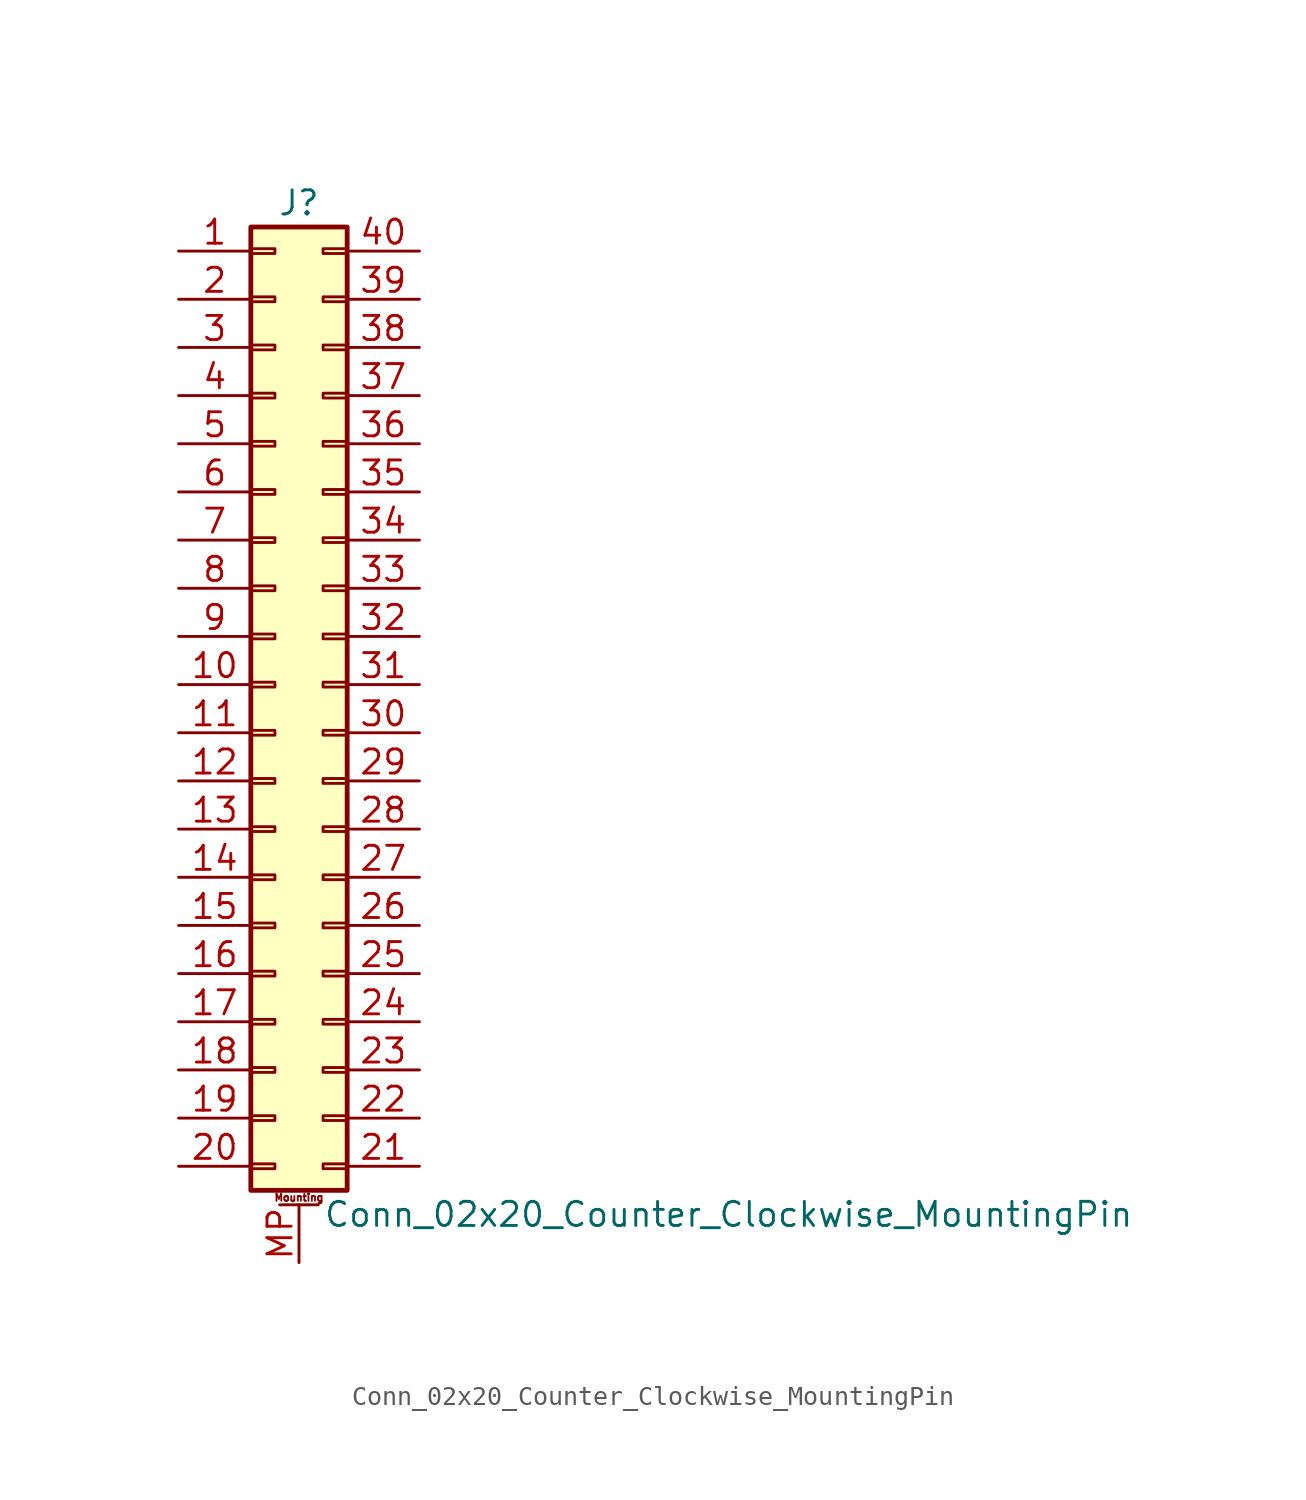
<source format=kicad_sym>
(kicad_symbol_lib
  (version 20201005)
  (generator kicad_symbol_editor)
  (symbol "Conn_02x20_Counter_Clockwise_MountingPin"
    (pin_names
      (offset 1.016) hide)
    (property "Reference" "J"
      (at 1.27 25.4 0)
      (effects (font (size 1.27 1.27))))
    (property "Value" "Conn_02x20_Counter_Clockwise_MountingPin"
      (at 2.54 -27.94 0)
      (effects (font (size 1.27 1.27)) (justify left)))
    (symbol "Conn_02x20_Counter_Clockwise_MountingPin_1_1"
      (text "Mounting" (at 1.27 -27.051 0) (effects (font (size 0.381 0.381))))
      (rectangle (start -1.27 -25.273) (end 0 -25.527) (stroke (width 0.152)) (fill (type none)))
      (rectangle (start -1.27 -22.733) (end 0 -22.987) (stroke (width 0.152)) (fill (type none)))
      (rectangle (start -1.27 -20.193) (end 0 -20.447) (stroke (width 0.152)) (fill (type none)))
      (rectangle (start -1.27 -17.653) (end 0 -17.907) (stroke (width 0.152)) (fill (type none)))
      (rectangle (start -1.27 -15.113) (end 0 -15.367) (stroke (width 0.152)) (fill (type none)))
      (rectangle (start -1.27 -12.573) (end 0 -12.827) (stroke (width 0.152)) (fill (type none)))
      (rectangle (start -1.27 -10.033) (end 0 -10.287) (stroke (width 0.152)) (fill (type none)))
      (rectangle (start -1.27 -7.493) (end 0 -7.747) (stroke (width 0.152)) (fill (type none)))
      (rectangle (start -1.27 -4.953) (end 0 -5.207) (stroke (width 0.152)) (fill (type none)))
      (rectangle (start -1.27 -2.413) (end 0 -2.667) (stroke (width 0.152)) (fill (type none)))
      (rectangle (start -1.27 0.127) (end 0 -0.127) (stroke (width 0.152)) (fill (type none)))
      (rectangle (start -1.27 2.667) (end 0 2.413) (stroke (width 0.152)) (fill (type none)))
      (rectangle (start -1.27 5.207) (end 0 4.953) (stroke (width 0.152)) (fill (type none)))
      (rectangle (start -1.27 7.747) (end 0 7.493) (stroke (width 0.152)) (fill (type none)))
      (rectangle (start -1.27 10.287) (end 0 10.033) (stroke (width 0.152)) (fill (type none)))
      (rectangle (start -1.27 12.827) (end 0 12.573) (stroke (width 0.152)) (fill (type none)))
      (rectangle (start -1.27 15.367) (end 0 15.113) (stroke (width 0.152)) (fill (type none)))
      (rectangle (start -1.27 17.907) (end 0 17.653) (stroke (width 0.152)) (fill (type none)))
      (rectangle (start -1.27 20.447) (end 0 20.193) (stroke (width 0.152)) (fill (type none)))
      (rectangle (start -1.27 22.987) (end 0 22.733) (stroke (width 0.152)) (fill (type none)))
      (rectangle (start -1.27 24.13) (end 3.81 -26.67) (stroke (width 0.254)) (fill (type background)))
      (rectangle (start 3.81 -25.273) (end 2.54 -25.527) (stroke (width 0.152)) (fill (type none)))
      (rectangle (start 3.81 -22.733) (end 2.54 -22.987) (stroke (width 0.152)) (fill (type none)))
      (rectangle (start 3.81 -20.193) (end 2.54 -20.447) (stroke (width 0.152)) (fill (type none)))
      (rectangle (start 3.81 -17.653) (end 2.54 -17.907) (stroke (width 0.152)) (fill (type none)))
      (rectangle (start 3.81 -15.113) (end 2.54 -15.367) (stroke (width 0.152)) (fill (type none)))
      (rectangle (start 3.81 -12.573) (end 2.54 -12.827) (stroke (width 0.152)) (fill (type none)))
      (rectangle (start 3.81 -10.033) (end 2.54 -10.287) (stroke (width 0.152)) (fill (type none)))
      (rectangle (start 3.81 -7.493) (end 2.54 -7.747) (stroke (width 0.152)) (fill (type none)))
      (rectangle (start 3.81 -4.953) (end 2.54 -5.207) (stroke (width 0.152)) (fill (type none)))
      (rectangle (start 3.81 -2.413) (end 2.54 -2.667) (stroke (width 0.152)) (fill (type none)))
      (rectangle (start 3.81 0.127) (end 2.54 -0.127) (stroke (width 0.152)) (fill (type none)))
      (rectangle (start 3.81 2.667) (end 2.54 2.413) (stroke (width 0.152)) (fill (type none)))
      (rectangle (start 3.81 5.207) (end 2.54 4.953) (stroke (width 0.152)) (fill (type none)))
      (rectangle (start 3.81 7.747) (end 2.54 7.493) (stroke (width 0.152)) (fill (type none)))
      (rectangle (start 3.81 10.287) (end 2.54 10.033) (stroke (width 0.152)) (fill (type none)))
      (rectangle (start 3.81 12.827) (end 2.54 12.573) (stroke (width 0.152)) (fill (type none)))
      (rectangle (start 3.81 15.367) (end 2.54 15.113) (stroke (width 0.152)) (fill (type none)))
      (rectangle (start 3.81 17.907) (end 2.54 17.653) (stroke (width 0.152)) (fill (type none)))
      (rectangle (start 3.81 20.447) (end 2.54 20.193) (stroke (width 0.152)) (fill (type none)))
      (rectangle (start 3.81 22.987) (end 2.54 22.733) (stroke (width 0.152)) (fill (type none)))
      (polyline (pts (xy 0.254 -27.432) (xy 2.286 -27.432)) (stroke (width 0.152)) (fill (type none)))
      (pin passive line (at -5.08 22.86 0) (length 3.81) (name "Pin_1" (effects (font (size 1.27 1.27)))) (number "1" (effects (font (size 1.27 1.27)))))
      (pin passive line (at -5.08 0 0) (length 3.81) (name "Pin_10" (effects (font (size 1.27 1.27)))) (number "10" (effects (font (size 1.27 1.27)))))
      (pin passive line (at -5.08 -2.54 0) (length 3.81) (name "Pin_11" (effects (font (size 1.27 1.27)))) (number "11" (effects (font (size 1.27 1.27)))))
      (pin passive line (at -5.08 -5.08 0) (length 3.81) (name "Pin_12" (effects (font (size 1.27 1.27)))) (number "12" (effects (font (size 1.27 1.27)))))
      (pin passive line (at -5.08 -7.62 0) (length 3.81) (name "Pin_13" (effects (font (size 1.27 1.27)))) (number "13" (effects (font (size 1.27 1.27)))))
      (pin passive line (at -5.08 -10.16 0) (length 3.81) (name "Pin_14" (effects (font (size 1.27 1.27)))) (number "14" (effects (font (size 1.27 1.27)))))
      (pin passive line (at -5.08 -12.7 0) (length 3.81) (name "Pin_15" (effects (font (size 1.27 1.27)))) (number "15" (effects (font (size 1.27 1.27)))))
      (pin passive line (at -5.08 -15.24 0) (length 3.81) (name "Pin_16" (effects (font (size 1.27 1.27)))) (number "16" (effects (font (size 1.27 1.27)))))
      (pin passive line (at -5.08 -17.78 0) (length 3.81) (name "Pin_17" (effects (font (size 1.27 1.27)))) (number "17" (effects (font (size 1.27 1.27)))))
      (pin passive line (at -5.08 -20.32 0) (length 3.81) (name "Pin_18" (effects (font (size 1.27 1.27)))) (number "18" (effects (font (size 1.27 1.27)))))
      (pin passive line (at -5.08 -22.86 0) (length 3.81) (name "Pin_19" (effects (font (size 1.27 1.27)))) (number "19" (effects (font (size 1.27 1.27)))))
      (pin passive line (at -5.08 20.32 0) (length 3.81) (name "Pin_2" (effects (font (size 1.27 1.27)))) (number "2" (effects (font (size 1.27 1.27)))))
      (pin passive line (at -5.08 -25.4 0) (length 3.81) (name "Pin_20" (effects (font (size 1.27 1.27)))) (number "20" (effects (font (size 1.27 1.27)))))
      (pin passive line (at 7.62 -25.4 180) (length 3.81) (name "Pin_21" (effects (font (size 1.27 1.27)))) (number "21" (effects (font (size 1.27 1.27)))))
      (pin passive line (at 7.62 -22.86 180) (length 3.81) (name "Pin_22" (effects (font (size 1.27 1.27)))) (number "22" (effects (font (size 1.27 1.27)))))
      (pin passive line (at 7.62 -20.32 180) (length 3.81) (name "Pin_23" (effects (font (size 1.27 1.27)))) (number "23" (effects (font (size 1.27 1.27)))))
      (pin passive line (at 7.62 -17.78 180) (length 3.81) (name "Pin_24" (effects (font (size 1.27 1.27)))) (number "24" (effects (font (size 1.27 1.27)))))
      (pin passive line (at 7.62 -15.24 180) (length 3.81) (name "Pin_25" (effects (font (size 1.27 1.27)))) (number "25" (effects (font (size 1.27 1.27)))))
      (pin passive line (at 7.62 -12.7 180) (length 3.81) (name "Pin_26" (effects (font (size 1.27 1.27)))) (number "26" (effects (font (size 1.27 1.27)))))
      (pin passive line (at 7.62 -10.16 180) (length 3.81) (name "Pin_27" (effects (font (size 1.27 1.27)))) (number "27" (effects (font (size 1.27 1.27)))))
      (pin passive line (at 7.62 -7.62 180) (length 3.81) (name "Pin_28" (effects (font (size 1.27 1.27)))) (number "28" (effects (font (size 1.27 1.27)))))
      (pin passive line (at 7.62 -5.08 180) (length 3.81) (name "Pin_29" (effects (font (size 1.27 1.27)))) (number "29" (effects (font (size 1.27 1.27)))))
      (pin passive line (at -5.08 17.78 0) (length 3.81) (name "Pin_3" (effects (font (size 1.27 1.27)))) (number "3" (effects (font (size 1.27 1.27)))))
      (pin passive line (at 7.62 -2.54 180) (length 3.81) (name "Pin_30" (effects (font (size 1.27 1.27)))) (number "30" (effects (font (size 1.27 1.27)))))
      (pin passive line (at 7.62 0 180) (length 3.81) (name "Pin_31" (effects (font (size 1.27 1.27)))) (number "31" (effects (font (size 1.27 1.27)))))
      (pin passive line (at 7.62 2.54 180) (length 3.81) (name "Pin_32" (effects (font (size 1.27 1.27)))) (number "32" (effects (font (size 1.27 1.27)))))
      (pin passive line (at 7.62 5.08 180) (length 3.81) (name "Pin_33" (effects (font (size 1.27 1.27)))) (number "33" (effects (font (size 1.27 1.27)))))
      (pin passive line (at 7.62 7.62 180) (length 3.81) (name "Pin_34" (effects (font (size 1.27 1.27)))) (number "34" (effects (font (size 1.27 1.27)))))
      (pin passive line (at 7.62 10.16 180) (length 3.81) (name "Pin_35" (effects (font (size 1.27 1.27)))) (number "35" (effects (font (size 1.27 1.27)))))
      (pin passive line (at 7.62 12.7 180) (length 3.81) (name "Pin_36" (effects (font (size 1.27 1.27)))) (number "36" (effects (font (size 1.27 1.27)))))
      (pin passive line (at 7.62 15.24 180) (length 3.81) (name "Pin_37" (effects (font (size 1.27 1.27)))) (number "37" (effects (font (size 1.27 1.27)))))
      (pin passive line (at 7.62 17.78 180) (length 3.81) (name "Pin_38" (effects (font (size 1.27 1.27)))) (number "38" (effects (font (size 1.27 1.27)))))
      (pin passive line (at 7.62 20.32 180) (length 3.81) (name "Pin_39" (effects (font (size 1.27 1.27)))) (number "39" (effects (font (size 1.27 1.27)))))
      (pin passive line (at -5.08 15.24 0) (length 3.81) (name "Pin_4" (effects (font (size 1.27 1.27)))) (number "4" (effects (font (size 1.27 1.27)))))
      (pin passive line (at 7.62 22.86 180) (length 3.81) (name "Pin_40" (effects (font (size 1.27 1.27)))) (number "40" (effects (font (size 1.27 1.27)))))
      (pin passive line (at -5.08 12.7 0) (length 3.81) (name "Pin_5" (effects (font (size 1.27 1.27)))) (number "5" (effects (font (size 1.27 1.27)))))
      (pin passive line (at -5.08 10.16 0) (length 3.81) (name "Pin_6" (effects (font (size 1.27 1.27)))) (number "6" (effects (font (size 1.27 1.27)))))
      (pin passive line (at -5.08 7.62 0) (length 3.81) (name "Pin_7" (effects (font (size 1.27 1.27)))) (number "7" (effects (font (size 1.27 1.27)))))
      (pin passive line (at -5.08 5.08 0) (length 3.81) (name "Pin_8" (effects (font (size 1.27 1.27)))) (number "8" (effects (font (size 1.27 1.27)))))
      (pin passive line (at -5.08 2.54 0) (length 3.81) (name "Pin_9" (effects (font (size 1.27 1.27)))) (number "9" (effects (font (size 1.27 1.27)))))
      (pin passive line (at 1.27 -30.48 90) (length 3.048) (name "MountPin" (effects (font (size 1.27 1.27)))) (number "MP" (effects (font (size 1.27 1.27))))))))
</source>
